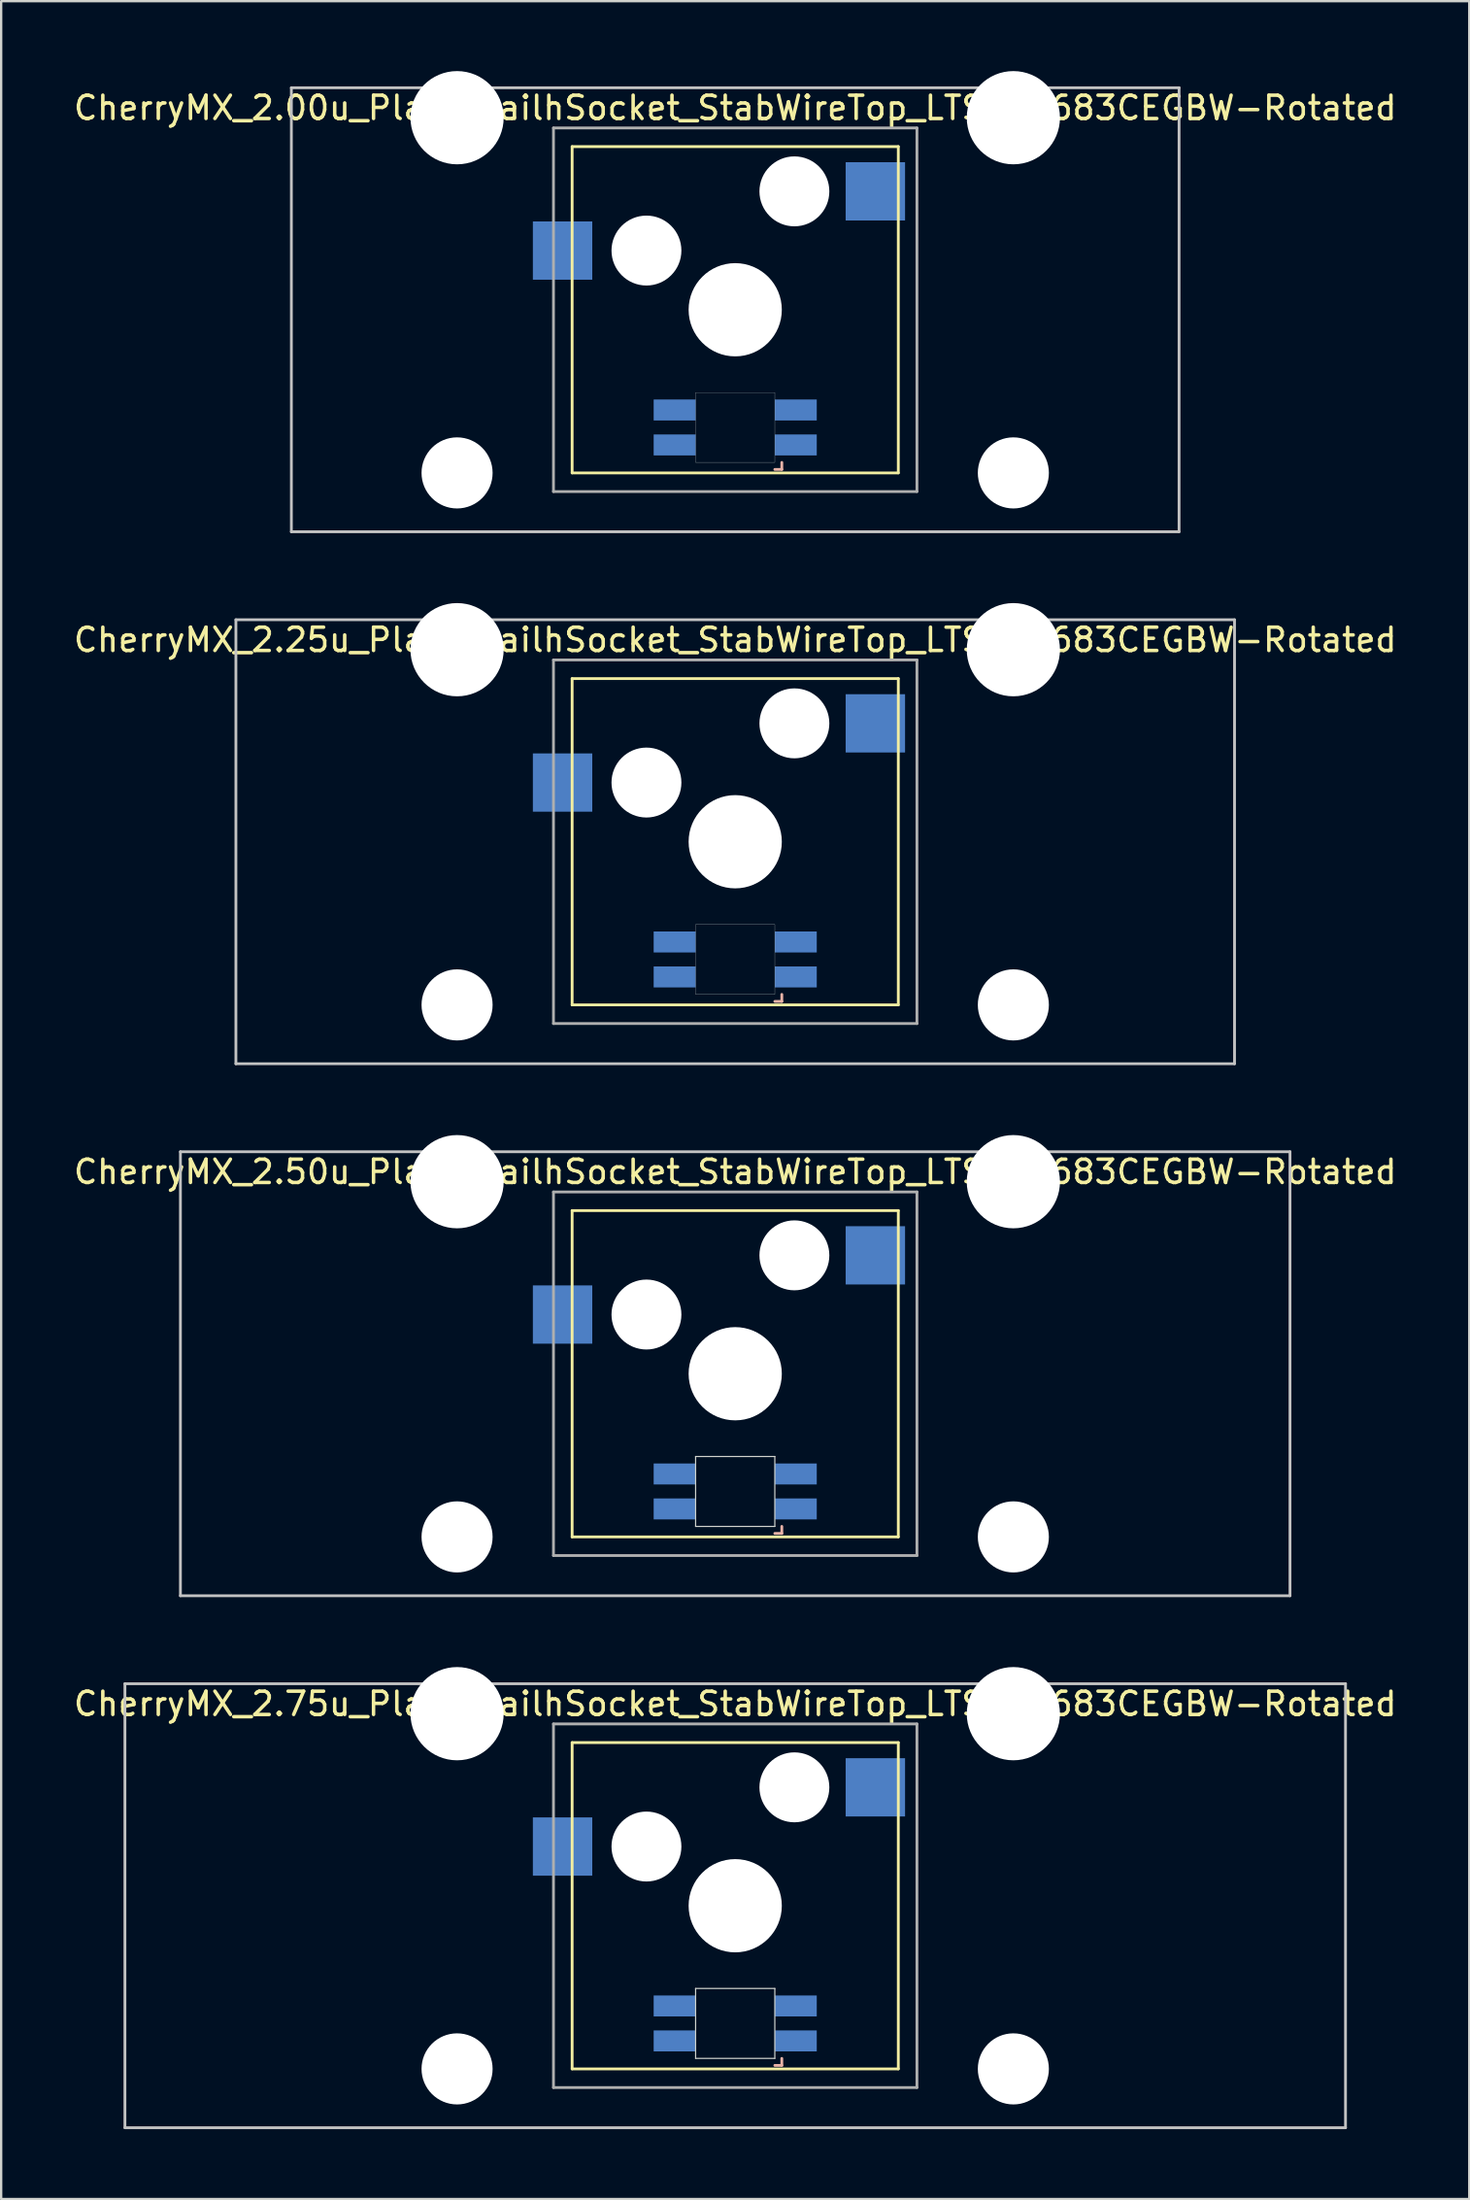
<source format=kicad_pcb>
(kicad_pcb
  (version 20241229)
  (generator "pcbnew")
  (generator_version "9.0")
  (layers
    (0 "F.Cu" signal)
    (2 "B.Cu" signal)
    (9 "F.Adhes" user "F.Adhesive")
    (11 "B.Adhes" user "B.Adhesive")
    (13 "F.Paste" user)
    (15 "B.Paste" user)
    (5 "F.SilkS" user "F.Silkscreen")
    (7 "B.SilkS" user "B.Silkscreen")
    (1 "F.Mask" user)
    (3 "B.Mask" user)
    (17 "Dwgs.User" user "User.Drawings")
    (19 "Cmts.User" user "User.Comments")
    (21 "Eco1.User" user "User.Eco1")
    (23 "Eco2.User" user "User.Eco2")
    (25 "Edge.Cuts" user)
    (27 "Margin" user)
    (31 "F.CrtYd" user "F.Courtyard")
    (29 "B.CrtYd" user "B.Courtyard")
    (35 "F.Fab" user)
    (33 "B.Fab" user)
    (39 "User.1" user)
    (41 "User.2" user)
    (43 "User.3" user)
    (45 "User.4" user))
  (footprint "CherryMX_2.25u_Plate_KailhSocket_StabWireTop_LTST-A683CEGBW-Rotated"
    (layer "F.Cu")
    (at 28.506 33.065)
    (property "Reference" "CherryMX_2.25u_Plate_KailhSocket_StabWireTop_LTST-A683CEGBW-Rotated" (at 0 -8.662 0) (layer "F.SilkS") (effects (font (size 1 1) (thickness 0.15))))
    (attr through_hole)
    (fp_line (start -7 -7) (end -7 7) (stroke (width 0.12) (type solid)) (layer "F.SilkS"))
    (fp_line (start -7 -7) (end 7 -7) (stroke (width 0.12) (type solid)) (layer "F.SilkS"))
    (fp_line (start 7 -7) (end 7 7) (stroke (width 0.12) (type solid)) (layer "F.SilkS"))
    (fp_line (start 7 7) (end -7 7) (stroke (width 0.12) (type solid)) (layer "F.SilkS"))
    (fp_line (start 1.7 6.85) (end 2 6.85) (stroke (width 0.12) (type solid)) (layer "B.SilkS"))
    (fp_line (start 2 6.85) (end 2 6.55) (stroke (width 0.12) (type solid)) (layer "B.SilkS"))
    (fp_line (start -21.431 -9.525) (end 21.431 -9.525) (stroke (width 0.12) (type solid)) (layer "Dwgs.User"))
    (fp_line (start -21.431 9.525) (end -21.431 -9.525) (stroke (width 0.12) (type solid)) (layer "Dwgs.User"))
    (fp_line (start 21.431 -9.525) (end 21.431 9.525) (stroke (width 0.12) (type solid)) (layer "Dwgs.User"))
    (fp_line (start 21.431 9.525) (end -21.431 9.525) (stroke (width 0.12) (type solid)) (layer "Dwgs.User"))
    (fp_poly (pts (xy -1.7 3.55) (xy 1.7 3.55) (xy 1.7 6.55) (xy -1.7 6.55)) (stroke (width 0.01) (type solid)) (fill no) (layer "Edge.Cuts"))
    (fp_line (start -7.8 -7.8) (end -7.8 7.8) (stroke (width 0.12) (type solid)) (layer "F.Fab"))
    (fp_line (start -7.8 -7.8) (end 7.8 -7.8) (stroke (width 0.12) (type solid)) (layer "F.Fab"))
    (fp_line (start -7.8 7.8) (end 7.8 7.8) (stroke (width 0.12) (type solid)) (layer "F.Fab"))
    (fp_line (start 7.8 -7.8) (end 7.8 7.8) (stroke (width 0.12) (type solid)) (layer "F.Fab"))
    (pad "" np_thru_hole circle (at -11.938 -8.24) (size 4 4) (drill 4) (layers "*.Cu" "*.Mask"))
    (pad "" np_thru_hole circle (at -11.938 7) (size 3.05 3.05) (drill 3.05) (layers "*.Cu" "*.Mask"))
    (pad "" np_thru_hole circle (at -3.81 -2.54) (size 3 3) (drill 3) (layers "*.Cu" "*.Mask"))
    (pad "" np_thru_hole circle (at 0 0) (size 4 4) (drill 4) (layers "*.Cu" "*.Mask"))
    (pad "" np_thru_hole circle (at 2.54 -5.08) (size 3 3) (drill 3) (layers "*.Cu" "*.Mask"))
    (pad "" np_thru_hole circle (at 11.938 -8.24) (size 4 4) (drill 4) (layers "*.Cu" "*.Mask"))
    (pad "" np_thru_hole circle (at 11.938 7) (size 3.05 3.05) (drill 3.05) (layers "*.Cu" "*.Mask"))
    (pad "1" smd rect (at -7.41 -2.54) (size 2.55 2.5) (layers "B.Cu" "B.Mask" "B.Paste"))
    (pad "2" smd rect (at 6.015 -5.08) (size 2.55 2.5) (layers "B.Cu" "B.Mask" "B.Paste"))
    (pad "3" smd rect (at 2.6 5.8 180) (size 1.8 0.9) (layers "B.Cu" "B.Mask" "B.Paste"))
    (pad "4" smd rect (at 2.6 4.3 180) (size 1.8 0.9) (layers "B.Cu" "B.Mask" "B.Paste"))
    (pad "5" smd rect (at -2.6 5.8 180) (size 1.8 0.9) (layers "B.Cu" "B.Mask" "B.Paste"))
    (pad "6" smd rect (at -2.6 4.3 180) (size 1.8 0.9) (layers "B.Cu" "B.Mask" "B.Paste")))
  (footprint "CherryMX_2.00u_Plate_KailhSocket_StabWireTop_LTST-A683CEGBW-Rotated"
    (layer "F.Cu")
    (at 28.506 10.24)
    (property "Reference" "CherryMX_2.00u_Plate_KailhSocket_StabWireTop_LTST-A683CEGBW-Rotated" (at 0 -8.662 0) (layer "F.SilkS") (effects (font (size 1 1) (thickness 0.15))))
    (attr through_hole)
    (fp_line (start -7 -7) (end -7 7) (stroke (width 0.12) (type solid)) (layer "F.SilkS"))
    (fp_line (start -7 -7) (end 7 -7) (stroke (width 0.12) (type solid)) (layer "F.SilkS"))
    (fp_line (start 7 -7) (end 7 7) (stroke (width 0.12) (type solid)) (layer "F.SilkS"))
    (fp_line (start 7 7) (end -7 7) (stroke (width 0.12) (type solid)) (layer "F.SilkS"))
    (fp_line (start 1.7 6.85) (end 2 6.85) (stroke (width 0.12) (type solid)) (layer "B.SilkS"))
    (fp_line (start 2 6.85) (end 2 6.55) (stroke (width 0.12) (type solid)) (layer "B.SilkS"))
    (fp_line (start -19.05 -9.525) (end 19.05 -9.525) (stroke (width 0.12) (type solid)) (layer "Dwgs.User"))
    (fp_line (start -19.05 9.525) (end -19.05 -9.525) (stroke (width 0.12) (type solid)) (layer "Dwgs.User"))
    (fp_line (start 19.05 -9.525) (end 19.05 9.525) (stroke (width 0.12) (type solid)) (layer "Dwgs.User"))
    (fp_line (start 19.05 9.525) (end -19.05 9.525) (stroke (width 0.12) (type solid)) (layer "Dwgs.User"))
    (fp_poly (pts (xy -1.7 3.55) (xy 1.7 3.55) (xy 1.7 6.55) (xy -1.7 6.55)) (stroke (width 0.01) (type solid)) (fill no) (layer "Edge.Cuts"))
    (fp_line (start -7.8 -7.8) (end -7.8 7.8) (stroke (width 0.12) (type solid)) (layer "F.Fab"))
    (fp_line (start -7.8 -7.8) (end 7.8 -7.8) (stroke (width 0.12) (type solid)) (layer "F.Fab"))
    (fp_line (start -7.8 7.8) (end 7.8 7.8) (stroke (width 0.12) (type solid)) (layer "F.Fab"))
    (fp_line (start 7.8 -7.8) (end 7.8 7.8) (stroke (width 0.12) (type solid)) (layer "F.Fab"))
    (pad "" np_thru_hole circle (at -11.938 -8.24) (size 4 4) (drill 4) (layers "*.Cu" "*.Mask"))
    (pad "" np_thru_hole circle (at -11.938 7) (size 3.05 3.05) (drill 3.05) (layers "*.Cu" "*.Mask"))
    (pad "" np_thru_hole circle (at -3.81 -2.54) (size 3 3) (drill 3) (layers "*.Cu" "*.Mask"))
    (pad "" np_thru_hole circle (at 0 0) (size 4 4) (drill 4) (layers "*.Cu" "*.Mask"))
    (pad "" np_thru_hole circle (at 2.54 -5.08) (size 3 3) (drill 3) (layers "*.Cu" "*.Mask"))
    (pad "" np_thru_hole circle (at 11.938 -8.24) (size 4 4) (drill 4) (layers "*.Cu" "*.Mask"))
    (pad "" np_thru_hole circle (at 11.938 7) (size 3.05 3.05) (drill 3.05) (layers "*.Cu" "*.Mask"))
    (pad "1" smd rect (at -7.41 -2.54) (size 2.55 2.5) (layers "B.Cu" "B.Mask" "B.Paste"))
    (pad "2" smd rect (at 6.015 -5.08) (size 2.55 2.5) (layers "B.Cu" "B.Mask" "B.Paste"))
    (pad "3" smd rect (at 2.6 5.8 180) (size 1.8 0.9) (layers "B.Cu" "B.Mask" "B.Paste"))
    (pad "4" smd rect (at 2.6 4.3 180) (size 1.8 0.9) (layers "B.Cu" "B.Mask" "B.Paste"))
    (pad "5" smd rect (at -2.6 5.8 180) (size 1.8 0.9) (layers "B.Cu" "B.Mask" "B.Paste"))
    (pad "6" smd rect (at -2.6 4.3 180) (size 1.8 0.9) (layers "B.Cu" "B.Mask" "B.Paste")))
  (footprint "CherryMX_2.75u_Plate_KailhSocket_StabWireTop_LTST-A683CEGBW-Rotated"
    (layer "F.Cu")
    (at 28.506 78.715)
    (property "Reference" "CherryMX_2.75u_Plate_KailhSocket_StabWireTop_LTST-A683CEGBW-Rotated" (at 0 -8.662 0) (layer "F.SilkS") (effects (font (size 1 1) (thickness 0.15))))
    (attr through_hole)
    (fp_line (start -7 -7) (end -7 7) (stroke (width 0.12) (type solid)) (layer "F.SilkS"))
    (fp_line (start -7 -7) (end 7 -7) (stroke (width 0.12) (type solid)) (layer "F.SilkS"))
    (fp_line (start 7 -7) (end 7 7) (stroke (width 0.12) (type solid)) (layer "F.SilkS"))
    (fp_line (start 7 7) (end -7 7) (stroke (width 0.12) (type solid)) (layer "F.SilkS"))
    (fp_line (start 1.7 6.85) (end 2 6.85) (stroke (width 0.12) (type solid)) (layer "B.SilkS"))
    (fp_line (start 2 6.85) (end 2 6.55) (stroke (width 0.12) (type solid)) (layer "B.SilkS"))
    (fp_line (start -26.194 -9.525) (end 26.194 -9.525) (stroke (width 0.12) (type solid)) (layer "Dwgs.User"))
    (fp_line (start -26.194 9.525) (end -26.194 -9.525) (stroke (width 0.12) (type solid)) (layer "Dwgs.User"))
    (fp_line (start 26.194 -9.525) (end 26.194 9.525) (stroke (width 0.12) (type solid)) (layer "Dwgs.User"))
    (fp_line (start 26.194 9.525) (end -26.194 9.525) (stroke (width 0.12) (type solid)) (layer "Dwgs.User"))
    (fp_line (start -1.7 3.55) (end 1.7 3.55) (stroke (width 0.05) (type solid)) (layer "Edge.Cuts"))
    (fp_line (start -1.7 6.55) (end -1.7 3.55) (stroke (width 0.05) (type solid)) (layer "Edge.Cuts"))
    (fp_line (start 1.7 3.55) (end 1.7 6.55) (stroke (width 0.05) (type solid)) (layer "Edge.Cuts"))
    (fp_line (start 1.7 6.55) (end -1.7 6.55) (stroke (width 0.05) (type solid)) (layer "Edge.Cuts"))
    (fp_line (start -7.8 -7.8) (end -7.8 7.8) (stroke (width 0.12) (type solid)) (layer "F.Fab"))
    (fp_line (start -7.8 -7.8) (end 7.8 -7.8) (stroke (width 0.12) (type solid)) (layer "F.Fab"))
    (fp_line (start -7.8 7.8) (end 7.8 7.8) (stroke (width 0.12) (type solid)) (layer "F.Fab"))
    (fp_line (start 7.8 -7.8) (end 7.8 7.8) (stroke (width 0.12) (type solid)) (layer "F.Fab"))
    (pad "" np_thru_hole circle (at -11.938 -8.24) (size 4 4) (drill 4) (layers "*.Cu" "*.Mask"))
    (pad "" np_thru_hole circle (at -11.938 7) (size 3.05 3.05) (drill 3.05) (layers "*.Cu" "*.Mask"))
    (pad "" np_thru_hole circle (at -3.81 -2.54) (size 3 3) (drill 3) (layers "*.Cu" "*.Mask"))
    (pad "" np_thru_hole circle (at 0 0) (size 4 4) (drill 4) (layers "*.Cu" "*.Mask"))
    (pad "" np_thru_hole circle (at 2.54 -5.08) (size 3 3) (drill 3) (layers "*.Cu" "*.Mask"))
    (pad "" np_thru_hole circle (at 11.938 -8.24) (size 4 4) (drill 4) (layers "*.Cu" "*.Mask"))
    (pad "" np_thru_hole circle (at 11.938 7) (size 3.05 3.05) (drill 3.05) (layers "*.Cu" "*.Mask"))
    (pad "1" smd rect (at -7.41 -2.54) (size 2.55 2.5) (layers "B.Cu" "B.Mask" "B.Paste"))
    (pad "2" smd rect (at 6.015 -5.08) (size 2.55 2.5) (layers "B.Cu" "B.Mask" "B.Paste"))
    (pad "3" smd rect (at 2.6 5.8 180) (size 1.8 0.9) (layers "B.Cu" "B.Mask" "B.Paste"))
    (pad "4" smd rect (at 2.6 4.3 180) (size 1.8 0.9) (layers "B.Cu" "B.Mask" "B.Paste"))
    (pad "5" smd rect (at -2.6 5.8 180) (size 1.8 0.9) (layers "B.Cu" "B.Mask" "B.Paste"))
    (pad "6" smd rect (at -2.6 4.3 180) (size 1.8 0.9) (layers "B.Cu" "B.Mask" "B.Paste")))
  (footprint "CherryMX_2.50u_Plate_KailhSocket_StabWireTop_LTST-A683CEGBW-Rotated"
    (layer "F.Cu")
    (at 28.506 55.89)
    (property "Reference" "CherryMX_2.50u_Plate_KailhSocket_StabWireTop_LTST-A683CEGBW-Rotated" (at 0 -8.662 0) (layer "F.SilkS") (effects (font (size 1 1) (thickness 0.15))))
    (attr through_hole)
    (fp_line (start -7 -7) (end -7 7) (stroke (width 0.12) (type solid)) (layer "F.SilkS"))
    (fp_line (start -7 -7) (end 7 -7) (stroke (width 0.12) (type solid)) (layer "F.SilkS"))
    (fp_line (start 7 -7) (end 7 7) (stroke (width 0.12) (type solid)) (layer "F.SilkS"))
    (fp_line (start 7 7) (end -7 7) (stroke (width 0.12) (type solid)) (layer "F.SilkS"))
    (fp_line (start 1.7 6.85) (end 2 6.85) (stroke (width 0.12) (type solid)) (layer "B.SilkS"))
    (fp_line (start 2 6.85) (end 2 6.55) (stroke (width 0.12) (type solid)) (layer "B.SilkS"))
    (fp_line (start -23.812 -9.525) (end 23.812 -9.525) (stroke (width 0.12) (type solid)) (layer "Dwgs.User"))
    (fp_line (start -23.812 9.525) (end -23.812 -9.525) (stroke (width 0.12) (type solid)) (layer "Dwgs.User"))
    (fp_line (start 23.812 -9.525) (end 23.812 9.525) (stroke (width 0.12) (type solid)) (layer "Dwgs.User"))
    (fp_line (start 23.812 9.525) (end -23.812 9.525) (stroke (width 0.12) (type solid)) (layer "Dwgs.User"))
    (fp_line (start -1.7 3.55) (end 1.7 3.55) (stroke (width 0.05) (type solid)) (layer "Edge.Cuts"))
    (fp_line (start -1.7 6.55) (end -1.7 3.55) (stroke (width 0.05) (type solid)) (layer "Edge.Cuts"))
    (fp_line (start 1.7 3.55) (end 1.7 6.55) (stroke (width 0.05) (type solid)) (layer "Edge.Cuts"))
    (fp_line (start 1.7 6.55) (end -1.7 6.55) (stroke (width 0.05) (type solid)) (layer "Edge.Cuts"))
    (fp_line (start -7.8 -7.8) (end -7.8 7.8) (stroke (width 0.12) (type solid)) (layer "F.Fab"))
    (fp_line (start -7.8 -7.8) (end 7.8 -7.8) (stroke (width 0.12) (type solid)) (layer "F.Fab"))
    (fp_line (start -7.8 7.8) (end 7.8 7.8) (stroke (width 0.12) (type solid)) (layer "F.Fab"))
    (fp_line (start 7.8 -7.8) (end 7.8 7.8) (stroke (width 0.12) (type solid)) (layer "F.Fab"))
    (pad "" np_thru_hole circle (at -11.938 -8.24) (size 4 4) (drill 4) (layers "*.Cu" "*.Mask"))
    (pad "" np_thru_hole circle (at -11.938 7) (size 3.05 3.05) (drill 3.05) (layers "*.Cu" "*.Mask"))
    (pad "" np_thru_hole circle (at -3.81 -2.54) (size 3 3) (drill 3) (layers "*.Cu" "*.Mask"))
    (pad "" np_thru_hole circle (at 0 0) (size 4 4) (drill 4) (layers "*.Cu" "*.Mask"))
    (pad "" np_thru_hole circle (at 2.54 -5.08) (size 3 3) (drill 3) (layers "*.Cu" "*.Mask"))
    (pad "" np_thru_hole circle (at 11.938 -8.24) (size 4 4) (drill 4) (layers "*.Cu" "*.Mask"))
    (pad "" np_thru_hole circle (at 11.938 7) (size 3.05 3.05) (drill 3.05) (layers "*.Cu" "*.Mask"))
    (pad "1" smd rect (at -7.41 -2.54) (size 2.55 2.5) (layers "B.Cu" "B.Mask" "B.Paste"))
    (pad "2" smd rect (at 6.015 -5.08) (size 2.55 2.5) (layers "B.Cu" "B.Mask" "B.Paste"))
    (pad "3" smd rect (at 2.6 5.8) (size 1.8 0.9) (layers "B.Cu" "B.Mask" "B.Paste"))
    (pad "4" smd rect (at 2.6 4.3) (size 1.8 0.9) (layers "B.Cu" "B.Mask" "B.Paste"))
    (pad "5" smd rect (at -2.6 5.8) (size 1.8 0.9) (layers "B.Cu" "B.Mask" "B.Paste"))
    (pad "6" smd rect (at -2.6 4.3) (size 1.8 0.9) (layers "B.Cu" "B.Mask" "B.Paste")))
  (gr_rect
    (start -3 -3)
    (end 60.012 91.3)
    (stroke (width 0.1) (type default))
    (fill no)
    (layer "Edge.Cuts")))
</source>
